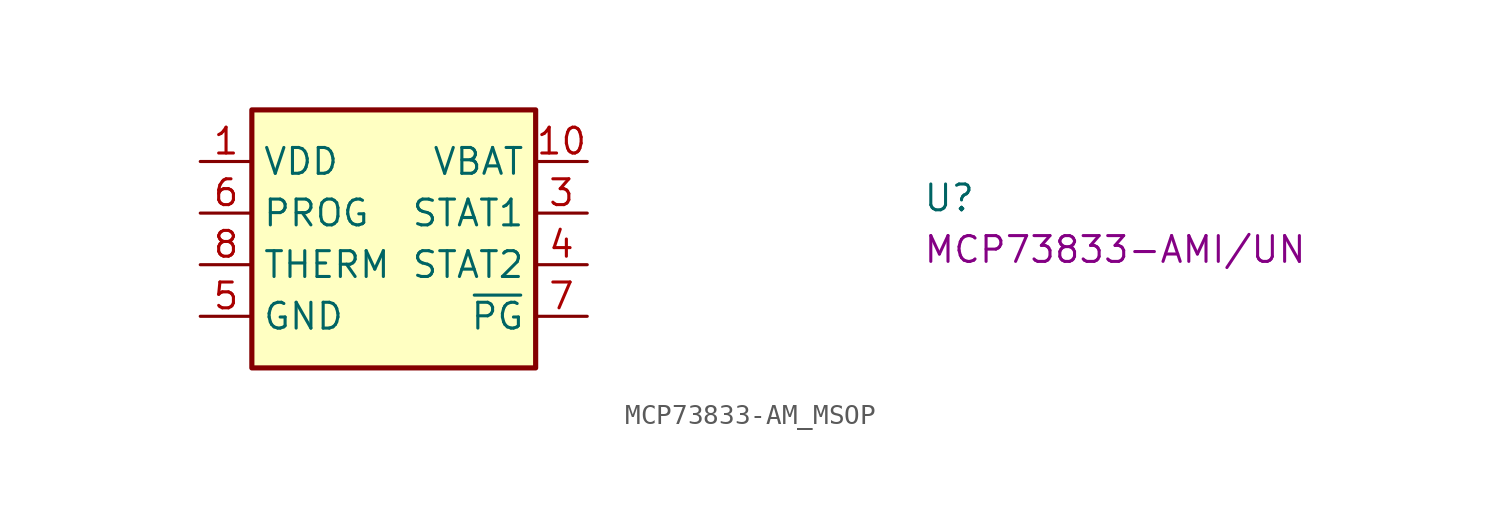
<source format=kicad_sym>
(kicad_symbol_lib
  (version 20220914)
  (generator kicad_symbol_editor)
  (symbol "MCP73833-AM_MSOP"
    (property "Reference" "U"
      (at 35.56 -2.54 0)
      (effects (font (size 1.27 1.27) (thickness 0.15)) (justify left bottom)))
    (property "MPN" "MCP73833-AMI/UN"
      (at 35.56 -5.08 0)
      (effects (font (size 1.27 1.27) (thickness 0.15)) (justify left bottom)))
    (symbol "MCP73833-AM_MSOP_1_1"
      (rectangle (start 2.54 2.54) (end 16.51 -10.16) (stroke (width 0.254) (type default)) (fill (type background)))
      (pin power_in line (at 0 0 0) (length 2.54) (name "VDD" (effects (font (size 1.27 1.27)))) (number "1" (effects (font (size 1.27 1.27)))))
      (pin passive line (at 19.05 0 180) (length 2.54) (name "VBAT" (effects (font (size 1.27 1.27)))) (number "10" (effects (font (size 1.27 1.27)))))
      (pin passive line (at 0 0 0) (length 2.54) hide (name "VDD" (effects (font (size 1.27 1.27)))) (number "2" (effects (font (size 1.27 1.27)))))
      (pin output line (at 19.05 -2.54 180) (length 2.54) (name "STAT1" (effects (font (size 1.27 1.27)))) (number "3" (effects (font (size 1.27 1.27)))))
      (pin output line (at 19.05 -5.08 180) (length 2.54) (name "STAT2" (effects (font (size 1.27 1.27)))) (number "4" (effects (font (size 1.27 1.27)))))
      (pin power_in line (at 0 -7.62 0) (length 2.54) (name "GND" (effects (font (size 1.27 1.27)))) (number "5" (effects (font (size 1.27 1.27)))))
      (pin input line (at 0 -2.54 0) (length 2.54) (name "PROG" (effects (font (size 1.27 1.27)))) (number "6" (effects (font (size 1.27 1.27)))))
      (pin output line (at 19.05 -7.62 180) (length 2.54) (name "~{PG}" (effects (font (size 1.27 1.27)))) (number "7" (effects (font (size 1.27 1.27)))))
      (pin input line (at 0 -5.08 0) (length 2.54) (name "THERM" (effects (font (size 1.27 1.27)))) (number "8" (effects (font (size 1.27 1.27)))))
      (pin passive line (at 19.05 0 180) (length 2.54) hide (name "VBAT" (effects (font (size 1.27 1.27)))) (number "9" (effects (font (size 1.27 1.27))))))))
</source>
